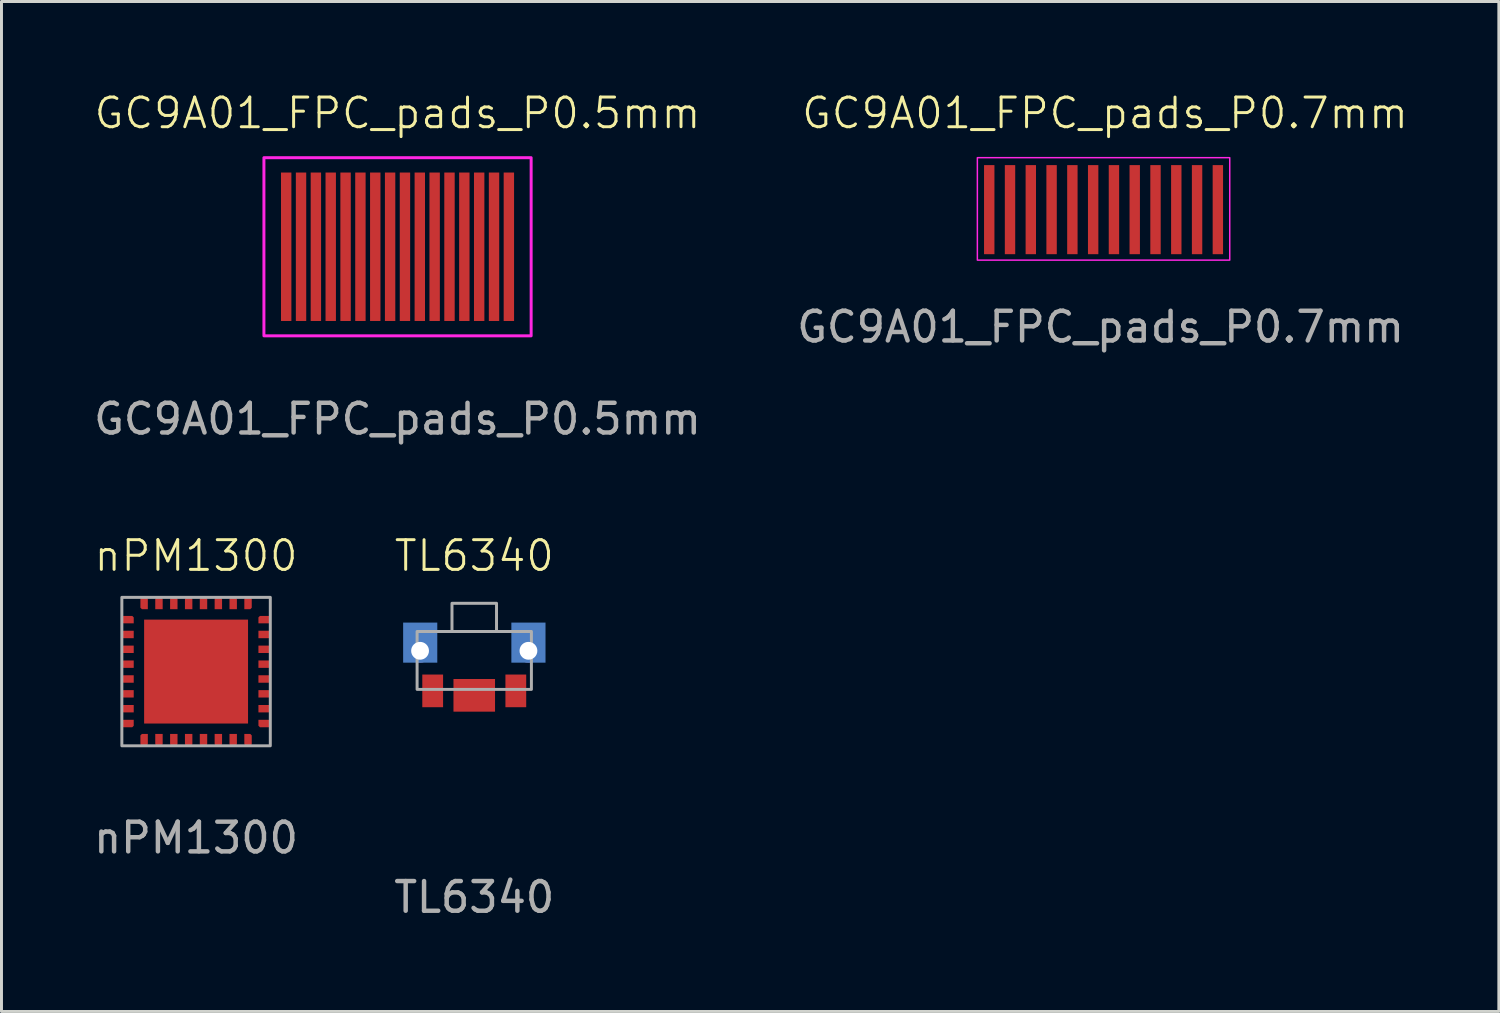
<source format=kicad_pcb>
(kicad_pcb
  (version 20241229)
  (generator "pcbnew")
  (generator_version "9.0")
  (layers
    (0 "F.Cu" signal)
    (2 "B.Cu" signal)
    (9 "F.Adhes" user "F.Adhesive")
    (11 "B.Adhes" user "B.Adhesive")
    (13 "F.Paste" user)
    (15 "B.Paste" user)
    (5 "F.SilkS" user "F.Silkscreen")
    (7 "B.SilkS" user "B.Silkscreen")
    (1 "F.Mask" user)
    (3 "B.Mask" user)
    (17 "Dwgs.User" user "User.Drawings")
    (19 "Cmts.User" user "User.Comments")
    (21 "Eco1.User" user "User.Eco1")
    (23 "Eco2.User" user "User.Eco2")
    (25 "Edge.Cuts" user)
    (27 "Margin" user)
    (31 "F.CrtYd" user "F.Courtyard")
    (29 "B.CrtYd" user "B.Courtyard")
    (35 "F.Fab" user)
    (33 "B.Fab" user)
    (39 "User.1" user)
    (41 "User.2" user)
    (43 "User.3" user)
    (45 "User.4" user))
  (footprint "GC9A01_FPC_pads_P0.7mm"
    (layer "F.Cu")
    (at 34.118 4.011)
    (property "Reference" "GC9A01_FPC_pads_P0.7mm" (at 0.05 -3.25 0) (unlocked yes) (layer "F.SilkS") (effects (font (size 1 1) (thickness 0.1))))
    (attr smd)
    (fp_rect (start -4.25 -1.75) (end 4.25 1.7) (stroke (width 0.05) (type default)) (fill no) (layer "F.CrtYd"))
    (fp_text user "${REFERENCE}" (at -0.1 3.95 0) (unlocked yes) (layer "F.Fab") (effects (font (size 1 1) (thickness 0.15))))
    (pad "1" smd rect (at -3.85 0) (size 0.35 3) (layers "F.Cu" "F.Mask" "F.Paste"))
    (pad "2" smd rect (at -3.15 0) (size 0.35 3) (layers "F.Cu" "F.Mask" "F.Paste"))
    (pad "3" smd rect (at -2.45 0) (size 0.35 3) (layers "F.Cu" "F.Mask" "F.Paste"))
    (pad "4" smd rect (at -1.75 0) (size 0.35 3) (layers "F.Cu" "F.Mask" "F.Paste"))
    (pad "5" smd rect (at -1.05 0) (size 0.35 3) (layers "F.Cu" "F.Mask" "F.Paste"))
    (pad "6" smd rect (at -0.35 0) (size 0.35 3) (layers "F.Cu" "F.Mask" "F.Paste"))
    (pad "7" smd rect (at 0.35 0) (size 0.35 3) (layers "F.Cu" "F.Mask" "F.Paste"))
    (pad "8" smd rect (at 1.05 0) (size 0.35 3) (layers "F.Cu" "F.Mask" "F.Paste"))
    (pad "9" smd rect (at 1.75 0) (size 0.35 3) (layers "F.Cu" "F.Mask" "F.Paste"))
    (pad "10" smd rect (at 2.45 0) (size 0.35 3) (layers "F.Cu" "F.Mask" "F.Paste"))
    (pad "11" smd rect (at 3.15 0) (size 0.35 3) (layers "F.Cu" "F.Mask" "F.Paste"))
    (pad "12" smd rect (at 3.85 0) (size 0.35 3) (layers "F.Cu" "F.Mask" "F.Paste")))
  (footprint "GC9A01_FPC_pads_P0.5mm"
    (layer "F.Cu")
    (at 10.339 5.261)
    (property "Reference" "GC9A01_FPC_pads_P0.5mm" (at 0 -4.5 0) (unlocked yes) (layer "F.SilkS") (effects (font (size 1 1) (thickness 0.1))))
    (attr smd)
    (fp_rect (start -4.5 -3) (end 4.5 3) (stroke (width 0.1) (type solid)) (fill no) (layer "F.CrtYd"))
    (fp_text user "${REFERENCE}" (at 0 5.8 0) (unlocked yes) (layer "F.Fab") (effects (font (size 1 1) (thickness 0.15))))
    (pad "1" smd rect (at -3.75 0) (size 0.35 5) (layers "F.Cu" "F.Mask" "F.Paste"))
    (pad "2" smd rect (at -3.25 0) (size 0.35 5) (layers "F.Cu" "F.Mask" "F.Paste"))
    (pad "3" smd rect (at -2.75 0) (size 0.35 5) (layers "F.Cu" "F.Mask" "F.Paste"))
    (pad "4" smd rect (at -2.25 0) (size 0.35 5) (layers "F.Cu" "F.Mask" "F.Paste"))
    (pad "5" smd rect (at -1.75 0) (size 0.35 5) (layers "F.Cu" "F.Mask" "F.Paste"))
    (pad "6" smd rect (at -1.25 0) (size 0.35 5) (layers "F.Cu" "F.Mask" "F.Paste"))
    (pad "7" smd rect (at -0.75 0) (size 0.35 5) (layers "F.Cu" "F.Mask" "F.Paste"))
    (pad "8" smd rect (at -0.25 0) (size 0.35 5) (layers "F.Cu" "F.Mask" "F.Paste"))
    (pad "9" smd rect (at 0.25 0) (size 0.35 5) (layers "F.Cu" "F.Mask" "F.Paste"))
    (pad "10" smd rect (at 0.75 0) (size 0.35 5) (layers "F.Cu" "F.Mask" "F.Paste"))
    (pad "11" smd rect (at 1.25 0) (size 0.35 5) (layers "F.Cu" "F.Mask" "F.Paste"))
    (pad "12" smd rect (at 1.75 0) (size 0.35 5) (layers "F.Cu" "F.Mask" "F.Paste"))
    (pad "12" smd rect (at 2.25 0) (size 0.35 5) (layers "F.Cu" "F.Mask" "F.Paste"))
    (pad "13" smd rect (at 2.75 0) (size 0.35 5) (layers "F.Cu" "F.Mask" "F.Paste"))
    (pad "14" smd rect (at 3.25 0) (size 0.35 5) (layers "F.Cu" "F.Mask" "F.Paste"))
    (pad "15" smd rect (at 3.75 0) (size 0.35 5) (layers "F.Cu" "F.Mask" "F.Paste")))
  (footprint "nPM1300"
    (layer "F.Cu")
    (at 3.554 19.569)
    (property "Reference" "nPM1300" (at 0 -3.9 0) (unlocked yes) (layer "F.SilkS") (effects (font (size 1 1) (thickness 0.1))))
    (attr smd)
    (fp_rect (start -2.5 -2.5) (end 2.5 2.5) (stroke (width 0.1) (type default)) (fill no) (layer "F.Fab"))
    (fp_text user "${REFERENCE}" (at 0 5.6 0) (unlocked yes) (layer "F.Fab") (effects (font (size 1 1) (thickness 0.15))))
    (pad "1" smd roundrect (at -2.3 -1.75) (size 0.4 0.25) (layers "F.Cu" "F.Mask" "F.Paste") (roundrect_rratio 0) (chamfer_ratio 0.2) (chamfer top_left top_right bottom_left))
    (pad "2" smd roundrect (at -2.3 -1.25) (size 0.4 0.25) (layers "F.Cu" "F.Mask" "F.Paste") (roundrect_rratio 0) (chamfer_ratio 0.2) (chamfer top_left bottom_left))
    (pad "3" smd roundrect (at -2.3 -0.75) (size 0.4 0.25) (layers "F.Cu" "F.Mask" "F.Paste") (roundrect_rratio 0) (chamfer_ratio 0.2) (chamfer top_left bottom_left))
    (pad "4" smd roundrect (at -2.3 -0.25) (size 0.4 0.25) (layers "F.Cu" "F.Mask" "F.Paste") (roundrect_rratio 0) (chamfer_ratio 0.2) (chamfer top_left bottom_left))
    (pad "5" smd roundrect (at -2.3 0.25) (size 0.4 0.25) (layers "F.Cu" "F.Mask" "F.Paste") (roundrect_rratio 0) (chamfer_ratio 0.2) (chamfer top_left bottom_left))
    (pad "6" smd roundrect (at -2.3 0.75) (size 0.4 0.25) (layers "F.Cu" "F.Mask" "F.Paste") (roundrect_rratio 0) (chamfer_ratio 0.2) (chamfer top_left bottom_left))
    (pad "7" smd roundrect (at -2.3 1.25) (size 0.4 0.25) (layers "F.Cu" "F.Mask" "F.Paste") (roundrect_rratio 0) (chamfer_ratio 0.2) (chamfer top_left bottom_left))
    (pad "8" smd roundrect (at -2.3 1.75) (size 0.4 0.25) (layers "F.Cu" "F.Mask" "F.Paste") (roundrect_rratio 0) (chamfer_ratio 0.2) (chamfer top_left bottom_left bottom_right))
    (pad "9" smd roundrect (at -1.75 2.3 90) (size 0.4 0.25) (layers "F.Cu" "F.Mask" "F.Paste") (roundrect_rratio 0) (chamfer_ratio 0.2) (chamfer top_left top_right bottom_left))
    (pad "10" smd roundrect (at -1.25 2.3 90) (size 0.4 0.25) (layers "F.Cu" "F.Mask" "F.Paste") (roundrect_rratio 0) (chamfer_ratio 0.2) (chamfer top_left bottom_left))
    (pad "11" smd roundrect (at -0.75 2.3 90) (size 0.4 0.25) (layers "F.Cu" "F.Mask" "F.Paste") (roundrect_rratio 0) (chamfer_ratio 0.2) (chamfer top_left bottom_left))
    (pad "12" smd roundrect (at -0.25 2.3 90) (size 0.4 0.25) (layers "F.Cu" "F.Mask" "F.Paste") (roundrect_rratio 0) (chamfer_ratio 0.2) (chamfer top_left bottom_left))
    (pad "13" smd roundrect (at 0.25 2.3 90) (size 0.4 0.25) (layers "F.Cu" "F.Mask" "F.Paste") (roundrect_rratio 0) (chamfer_ratio 0.2) (chamfer top_left bottom_left))
    (pad "14" smd roundrect (at 0.75 2.3 90) (size 0.4 0.25) (layers "F.Cu" "F.Mask" "F.Paste") (roundrect_rratio 0) (chamfer_ratio 0.2) (chamfer top_left bottom_left))
    (pad "15" smd roundrect (at 1.25 2.3 90) (size 0.4 0.25) (layers "F.Cu" "F.Mask" "F.Paste") (roundrect_rratio 0) (chamfer_ratio 0.2) (chamfer top_left bottom_left))
    (pad "16" smd roundrect (at 1.75 2.3 90) (size 0.4 0.25) (layers "F.Cu" "F.Mask" "F.Paste") (roundrect_rratio 0) (chamfer_ratio 0.2) (chamfer top_left bottom_left bottom_right))
    (pad "17" smd roundrect (at 2.3 1.75 180) (size 0.4 0.25) (layers "F.Cu" "F.Mask" "F.Paste") (roundrect_rratio 0) (chamfer_ratio 0.2) (chamfer top_left top_right bottom_left))
    (pad "18" smd roundrect (at 2.3 1.25 180) (size 0.4 0.25) (layers "F.Cu" "F.Mask" "F.Paste") (roundrect_rratio 0) (chamfer_ratio 0.2) (chamfer top_left bottom_left))
    (pad "19" smd roundrect (at 2.3 0.75 180) (size 0.4 0.25) (layers "F.Cu" "F.Mask" "F.Paste") (roundrect_rratio 0) (chamfer_ratio 0.2) (chamfer top_left bottom_left))
    (pad "20" smd roundrect (at 2.3 0.25 180) (size 0.4 0.25) (layers "F.Cu" "F.Mask" "F.Paste") (roundrect_rratio 0) (chamfer_ratio 0.2) (chamfer top_left bottom_left))
    (pad "21" smd roundrect (at 2.3 -0.25 180) (size 0.4 0.25) (layers "F.Cu" "F.Mask" "F.Paste") (roundrect_rratio 0) (chamfer_ratio 0.2) (chamfer top_left bottom_left))
    (pad "22" smd roundrect (at 2.3 -0.75 180) (size 0.4 0.25) (layers "F.Cu" "F.Mask" "F.Paste") (roundrect_rratio 0) (chamfer_ratio 0.2) (chamfer top_left bottom_left))
    (pad "23" smd roundrect (at 2.3 -1.25 180) (size 0.4 0.25) (layers "F.Cu" "F.Mask" "F.Paste") (roundrect_rratio 0) (chamfer_ratio 0.2) (chamfer top_left bottom_left))
    (pad "24" smd roundrect (at 2.3 -1.75 180) (size 0.4 0.25) (layers "F.Cu" "F.Mask" "F.Paste") (roundrect_rratio 0) (chamfer_ratio 0.2) (chamfer top_left bottom_left bottom_right))
    (pad "25" smd roundrect (at 1.75 -2.3 270) (size 0.4 0.25) (layers "F.Cu" "F.Mask" "F.Paste") (roundrect_rratio 0) (chamfer_ratio 0.2) (chamfer top_left top_right bottom_left))
    (pad "26" smd roundrect (at 1.25 -2.3 270) (size 0.4 0.25) (layers "F.Cu" "F.Mask" "F.Paste") (roundrect_rratio 0) (chamfer_ratio 0.2) (chamfer top_left bottom_left))
    (pad "27" smd roundrect (at 0.75 -2.3 270) (size 0.4 0.25) (layers "F.Cu" "F.Mask" "F.Paste") (roundrect_rratio 0) (chamfer_ratio 0.2) (chamfer top_left bottom_left))
    (pad "28" smd roundrect (at 0.25 -2.3 270) (size 0.4 0.25) (layers "F.Cu" "F.Mask" "F.Paste") (roundrect_rratio 0) (chamfer_ratio 0.2) (chamfer top_left bottom_left))
    (pad "29" smd roundrect (at -0.25 -2.3 270) (size 0.4 0.25) (layers "F.Cu" "F.Mask" "F.Paste") (roundrect_rratio 0) (chamfer_ratio 0.2) (chamfer top_left bottom_left))
    (pad "30" smd roundrect (at -0.75 -2.3 270) (size 0.4 0.25) (layers "F.Cu" "F.Mask" "F.Paste") (roundrect_rratio 0) (chamfer_ratio 0.2) (chamfer top_left bottom_left))
    (pad "31" smd roundrect (at -1.25 -2.3 270) (size 0.4 0.25) (layers "F.Cu" "F.Mask" "F.Paste") (roundrect_rratio 0) (chamfer_ratio 0.2) (chamfer top_left bottom_left))
    (pad "32" smd roundrect (at -1.75 -2.3 270) (size 0.4 0.25) (layers "F.Cu" "F.Mask" "F.Paste") (roundrect_rratio 0) (chamfer_ratio 0.2) (chamfer top_left bottom_left bottom_right))
    (pad "33" smd roundrect (at 0 0 270) (size 3.5 3.5) (layers "F.Cu" "F.Mask" "F.Paste") (roundrect_rratio 0) (chamfer_ratio 0.2) (chamfer)))
  (footprint "TL6340"
    (layer "F.Cu")
    (at 12.923 20.369)
    (property "Reference" "TL6340" (at 0 -4.7 0) (unlocked yes) (layer "F.SilkS") (effects (font (size 1 1) (thickness 0.1))))
    (attr smd)
    (fp_rect (start -2.4 -3.1) (end 2.4 0.4) (stroke (width 0.1) (type default)) (fill no) (layer "Margin"))
    (fp_rect (start -1.925 -2.15) (end 1.925 -0.2) (stroke (width 0.1) (type default)) (fill no) (layer "F.Fab"))
    (fp_rect (start -0.75 -3.1) (end 0.75 -2.15) (stroke (width 0.1) (type default)) (fill no) (layer "F.Fab"))
    (fp_text user "${REFERENCE}" (at 0 6.8 0) (unlocked yes) (layer "F.Fab") (effects (font (size 1 1) (thickness 0.15))))
    (pad "1" smd rect (at -1.4 -0.15) (size 0.7 1.1) (layers "F.Cu" "F.Mask" "F.Paste"))
    (pad "2" smd rect (at 1.4 -0.15) (size 0.7 1.1) (layers "F.Cu" "F.Mask" "F.Paste"))
    (pad "SH" thru_hole circle (at -1.825 -1.5) (size 0.8 0.8) (drill 0.6) (layers "*.Cu" "*.Mask"))
    (pad "SH" smd rect (at -1.82 -1.775) (size 1.15 1.35) (layers "B.Cu" "B.Mask" "B.Paste"))
    (pad "SH" smd rect (at 0 0) (size 1.4 1.1) (layers "F.Cu" "F.Mask" "F.Paste"))
    (pad "SH" smd rect (at 1.825 -1.775) (size 1.15 1.35) (layers "B.Cu" "B.Mask" "B.Paste"))
    (pad "SH" thru_hole circle (at 1.825 -1.5) (size 0.8 0.8) (drill 0.6) (layers "*.Cu" "*.Mask")))
  (gr_rect
    (start -3 -3)
    (end 47.432 31.017)
    (stroke (width 0.1) (type default))
    (fill no)
    (layer "Edge.Cuts")))
</source>
